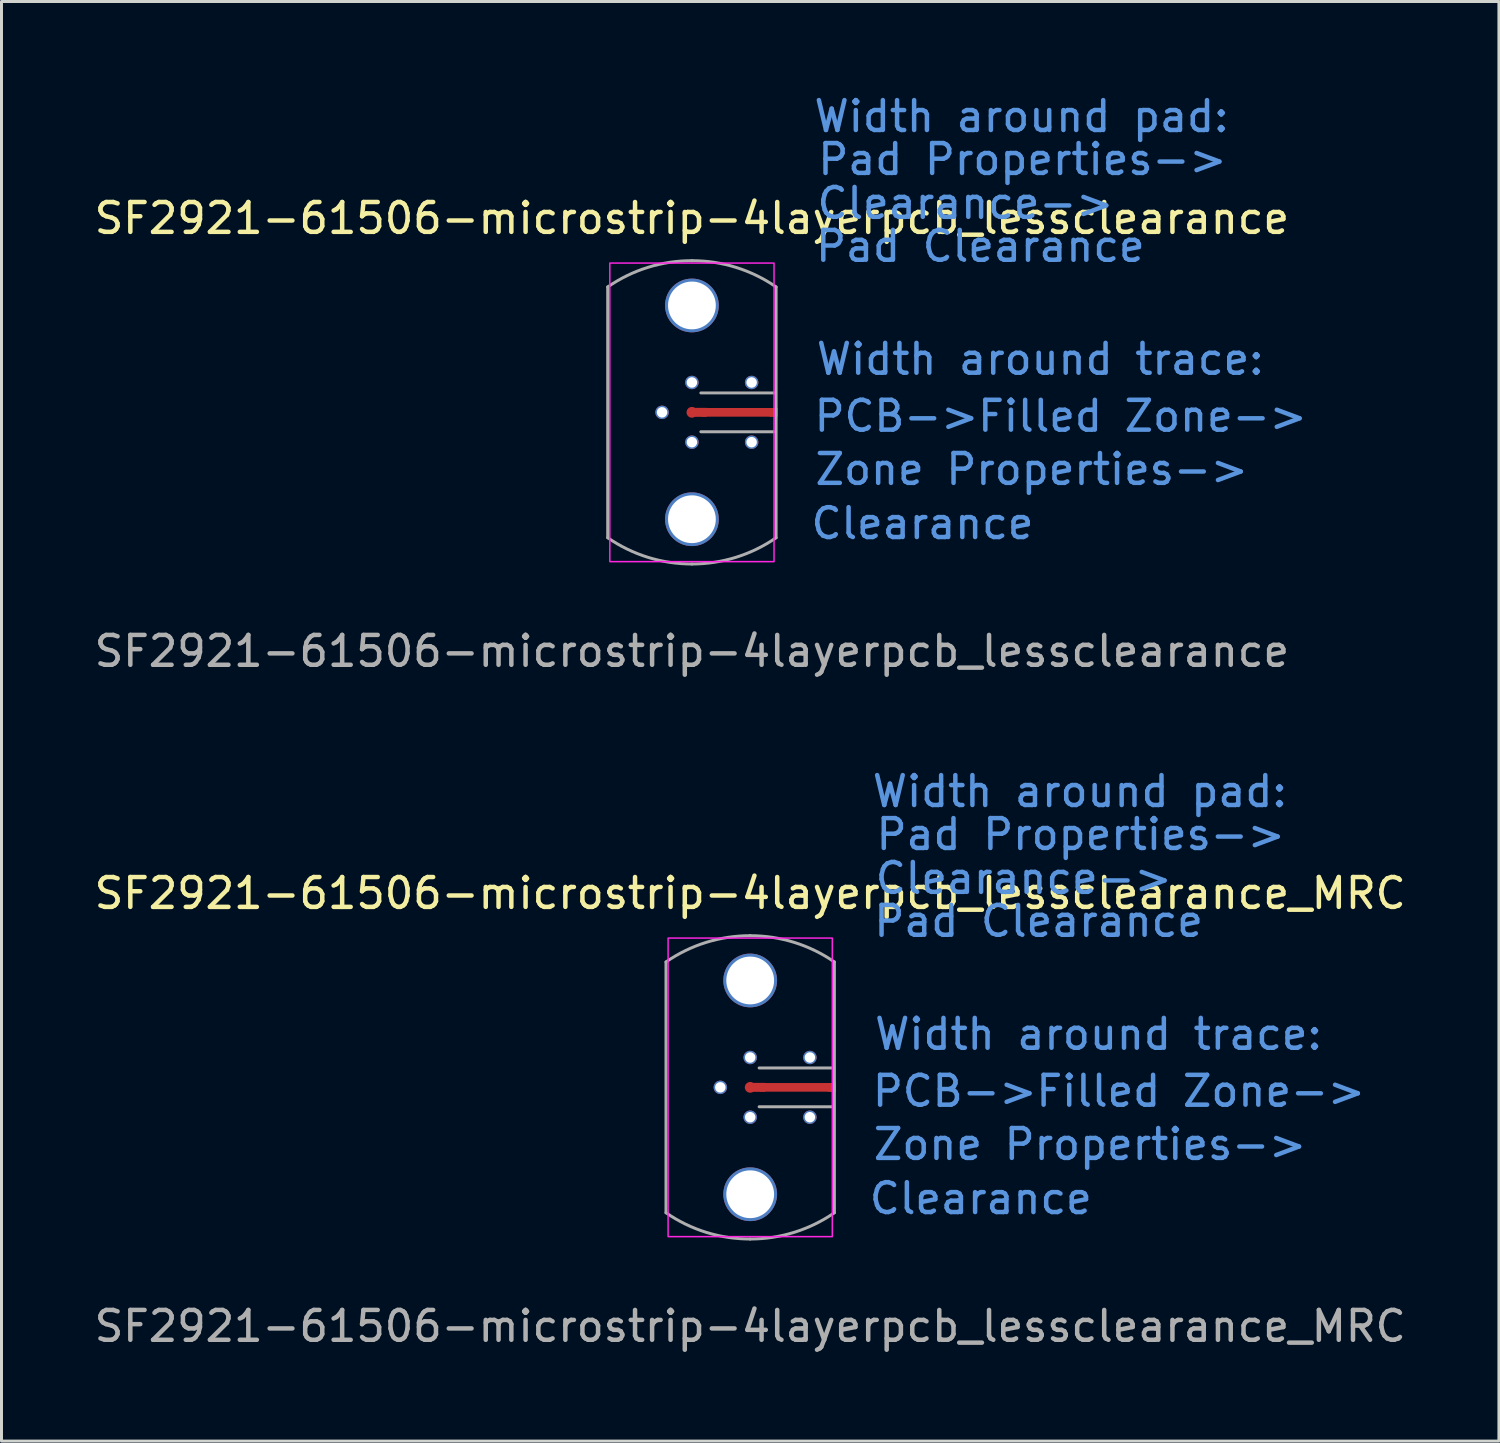
<source format=kicad_pcb>
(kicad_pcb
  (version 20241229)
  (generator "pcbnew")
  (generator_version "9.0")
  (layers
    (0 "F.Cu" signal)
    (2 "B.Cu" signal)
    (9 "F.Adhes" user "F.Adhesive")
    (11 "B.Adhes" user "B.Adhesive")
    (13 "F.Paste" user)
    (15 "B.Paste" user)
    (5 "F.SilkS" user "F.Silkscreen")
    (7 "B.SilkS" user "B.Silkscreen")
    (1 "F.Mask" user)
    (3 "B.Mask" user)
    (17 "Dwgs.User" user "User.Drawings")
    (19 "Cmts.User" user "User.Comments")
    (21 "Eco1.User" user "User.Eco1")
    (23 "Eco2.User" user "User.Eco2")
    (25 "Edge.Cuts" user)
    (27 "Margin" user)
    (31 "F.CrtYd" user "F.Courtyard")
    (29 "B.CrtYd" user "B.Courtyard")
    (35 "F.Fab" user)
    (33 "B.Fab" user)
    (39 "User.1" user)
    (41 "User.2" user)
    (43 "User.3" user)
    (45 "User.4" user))
  (footprint "SF2921-61506-microstrip-4layerpcb_lessclearance"
    (layer "F.Cu")
    (at 20.125 10.761)
    (property "Reference" "SF2921-61506-microstrip-4layerpcb_lessclearance" (at 0 -6.5 0) (unlocked yes) (layer "F.SilkS") (effects (font (size 1 1) (thickness 0.15))))
    (fp_poly (pts (xy -0.031 -0.031) (xy 2.846 -0.031) (xy 2.846 4.221) (xy 2.627 4.378) (xy 2.314 4.565) (xy 2.033 4.691) (xy 1.532 4.878) (xy 1.032 5.003) (xy 0.657 5.066) (xy 0.094 5.097) (xy -0.031 5.097)) (stroke (width 0.12) (type solid)) (fill yes) (layer "F.Mask"))
    (fp_poly (pts (xy -0.031 0.031) (xy 2.846 0.031) (xy 2.846 -4.221) (xy 2.627 -4.378) (xy 2.314 -4.565) (xy 2.033 -4.691) (xy 1.532 -4.878) (xy 1.032 -5.003) (xy 0.657 -5.066) (xy 0.094 -5.097) (xy -0.031 -5.097)) (stroke (width 0.12) (type solid)) (fill yes) (layer "F.Mask"))
    (fp_poly (pts (xy 0.031 -0.031) (xy -2.846 -0.031) (xy -2.846 4.221) (xy -2.627 4.378) (xy -2.314 4.565) (xy -2.033 4.691) (xy -1.532 4.878) (xy -1.032 5.003) (xy -0.657 5.066) (xy -0.094 5.097) (xy 0.031 5.097)) (stroke (width 0.12) (type solid)) (fill yes) (layer "F.Mask"))
    (fp_poly (pts (xy 0.031 0.031) (xy -2.846 0.031) (xy -2.846 -4.221) (xy -2.627 -4.378) (xy -2.314 -4.565) (xy -2.033 -4.691) (xy -1.532 -4.878) (xy -1.032 -5.003) (xy -0.657 -5.066) (xy -0.094 -5.097) (xy 0.031 -5.097)) (stroke (width 0.12) (type solid)) (fill yes) (layer "F.Mask"))
    (fp_poly (pts (xy -0.031 -0.031) (xy 2.846 -0.031) (xy 2.846 4.221) (xy 2.627 4.378) (xy 2.314 4.565) (xy 2.033 4.691) (xy 1.532 4.878) (xy 1.032 5.003) (xy 0.657 5.066) (xy 0.094 5.097) (xy -0.031 5.097)) (stroke (width 0.12) (type solid)) (fill yes) (layer "B.Mask"))
    (fp_poly (pts (xy -0.031 0.031) (xy 2.846 0.031) (xy 2.846 -4.221) (xy 2.627 -4.378) (xy 2.314 -4.565) (xy 2.033 -4.691) (xy 1.532 -4.878) (xy 1.032 -5.003) (xy 0.657 -5.066) (xy 0.094 -5.097) (xy -0.031 -5.097)) (stroke (width 0.12) (type solid)) (fill yes) (layer "B.Mask"))
    (fp_poly (pts (xy 0.031 -0.031) (xy -2.846 -0.031) (xy -2.846 4.221) (xy -2.627 4.378) (xy -2.314 4.565) (xy -2.033 4.691) (xy -1.532 4.878) (xy -1.032 5.003) (xy -0.657 5.066) (xy -0.094 5.097) (xy 0.031 5.097)) (stroke (width 0.12) (type solid)) (fill yes) (layer "B.Mask"))
    (fp_poly (pts (xy 0.031 0.031) (xy -2.846 0.031) (xy -2.846 -4.221) (xy -2.627 -4.378) (xy -2.314 -4.565) (xy -2.033 -4.691) (xy -1.532 -4.878) (xy -1.032 -5.003) (xy -0.657 -5.066) (xy -0.094 -5.097) (xy 0.031 -5.097)) (stroke (width 0.12) (type solid)) (fill yes) (layer "B.Mask"))
    (fp_rect (start -2.75 -5) (end 2.75 5) (stroke (width 0.05) (type solid)) (fill no) (layer "F.CrtYd"))
    (fp_line (start -2.82 4.2) (end -2.82 -4.2) (stroke (width 0.1) (type solid)) (layer "F.Fab"))
    (fp_line (start 2.8 -0.65) (end 0.3 -0.65) (stroke (width 0.1) (type solid)) (layer "F.Fab"))
    (fp_line (start 2.8 0.65) (end 0.3 0.65) (stroke (width 0.1) (type solid)) (layer "F.Fab"))
    (fp_line (start 2.82 4.2) (end 2.82 -4.2) (stroke (width 0.1) (type solid)) (layer "F.Fab"))
    (fp_arc (start -2.82 -4.2) (mid -1.477058 -4.85489) (end 0 -5.08) (stroke (width 0.1) (type solid)) (layer "F.Fab"))
    (fp_arc (start 0 -5.08) (mid 1.477058 -4.85489) (end 2.82 -4.2) (stroke (width 0.1) (type solid)) (layer "F.Fab"))
    (fp_arc (start 0 5.08) (mid -1.477058 4.85489) (end -2.82 4.2) (stroke (width 0.1) (type solid)) (layer "F.Fab"))
    (fp_arc (start 2.82 4.2) (mid 1.477058 4.85489) (end 0 5.08) (stroke (width 0.1) (type solid)) (layer "F.Fab"))
    (fp_text user "Pad Clearance" (at 9.662 -5.566 0) (unlocked yes) (layer "Cmts.User") (effects (font (size 1 1) (thickness 0.15))))
    (fp_text user "Clearance->" (at 9.162 -7.004 0) (unlocked yes) (layer "Cmts.User") (effects (font (size 1 1) (thickness 0.15))))
    (fp_text user "Clearance" (at 7.724 3.721 0) (unlocked yes) (layer "Cmts.User") (effects (font (size 1 1) (thickness 0.15))))
    (fp_text user "Pad Properties->" (at 11.07 -8.474 0) (unlocked yes) (layer "Cmts.User") (effects (font (size 1 1) (thickness 0.15))))
    (fp_text user "PCB->Filled Zone->" (at 12.352 0.125 0) (unlocked yes) (layer "Cmts.User") (effects (font (size 1 1) (thickness 0.15))))
    (fp_text user "Width around trace:" (at 11.664 -1.782 0) (unlocked yes) (layer "Cmts.User") (effects (font (size 1 1) (thickness 0.15))))
    (fp_text user "Zone Properties->" (at 11.382 1.907 0) (unlocked yes) (layer "Cmts.User") (effects (font (size 1 1) (thickness 0.15))))
    (fp_text user "Width around pad:" (at 11.038 -9.913 0) (unlocked yes) (layer "Cmts.User") (effects (font (size 1 1) (thickness 0.15))))
    (fp_text user "${REFERENCE}" (at 0 8 0) (unlocked yes) (layer "F.Fab") (effects (font (size 1 1) (thickness 0.15))))
    (pad "1" smd circle (at 0 0) (size 0.36 0.36) (layers "F.Cu" "F.Mask"))
    (pad "1" smd rect (at 0.3 0) (size 0.4 0.3) (layers "F.Cu" "F.Mask"))
    (pad "1" smd rect (at 1.6 0) (size 2.55 0.29) (layers "F.Cu" "F.Mask"))
    (pad "1" smd rect (at 2.7 0) (size 0.2 0.29) (layers "F.Cu" "F.Mask"))
    (pad "2" thru_hole circle (at -1 0) (size 0.45 0.45) (drill 0.35) (layers "*.Cu" "*.Mask") (remove_unused_layers yes) (keep_end_layers yes) (zone_layer_connections))
    (pad "2" thru_hole circle (at 0 -3.58) (size 1.8 1.8) (drill 1.6) (layers "*.Cu" "*.Mask") (remove_unused_layers yes) (keep_end_layers yes) (zone_layer_connections))
    (pad "2" thru_hole circle (at 0 -1) (size 0.45 0.45) (drill 0.35) (layers "*.Cu" "*.Mask") (remove_unused_layers yes) (keep_end_layers yes) (zone_layer_connections))
    (pad "2" thru_hole circle (at 0 1) (size 0.45 0.45) (drill 0.35) (layers "*.Cu" "*.Mask") (remove_unused_layers yes) (keep_end_layers yes) (zone_layer_connections))
    (pad "2" thru_hole circle (at 0 3.58) (size 1.8 1.8) (drill 1.6) (layers "*.Cu" "*.Mask") (remove_unused_layers yes) (keep_end_layers yes) (zone_layer_connections))
    (pad "2" thru_hole circle (at 2 -1) (size 0.45 0.45) (drill 0.35) (layers "*.Cu" "*.Mask") (remove_unused_layers yes) (keep_end_layers yes) (zone_layer_connections))
    (pad "2" thru_hole circle (at 2 1) (size 0.45 0.45) (drill 0.35) (layers "*.Cu" "*.Mask") (remove_unused_layers yes) (keep_end_layers yes) (zone_layer_connections)))
  (footprint "SF2921-61506-microstrip-4layerpcb_lessclearance_MRC"
    (layer "F.Cu")
    (at 22.077 33.37)
    (property "Reference" "SF2921-61506-microstrip-4layerpcb_lessclearance_MRC" (at 0 -6.5 0) (unlocked yes) (layer "F.SilkS") (effects (font (size 1 1) (thickness 0.15))))
    (fp_poly (pts (xy -0.031 -0.031) (xy 2.846 -0.031) (xy 2.846 4.221) (xy 2.627 4.378) (xy 2.314 4.565) (xy 2.033 4.691) (xy 1.532 4.878) (xy 1.032 5.003) (xy 0.657 5.066) (xy 0.094 5.097) (xy -0.031 5.097)) (stroke (width 0.12) (type solid)) (fill yes) (layer "F.Mask"))
    (fp_poly (pts (xy -0.031 0.031) (xy 2.846 0.031) (xy 2.846 -4.221) (xy 2.627 -4.378) (xy 2.314 -4.565) (xy 2.033 -4.691) (xy 1.532 -4.878) (xy 1.032 -5.003) (xy 0.657 -5.066) (xy 0.094 -5.097) (xy -0.031 -5.097)) (stroke (width 0.12) (type solid)) (fill yes) (layer "F.Mask"))
    (fp_poly (pts (xy 0.031 -0.031) (xy -2.846 -0.031) (xy -2.846 4.221) (xy -2.627 4.378) (xy -2.314 4.565) (xy -2.033 4.691) (xy -1.532 4.878) (xy -1.032 5.003) (xy -0.657 5.066) (xy -0.094 5.097) (xy 0.031 5.097)) (stroke (width 0.12) (type solid)) (fill yes) (layer "F.Mask"))
    (fp_poly (pts (xy 0.031 0.031) (xy -2.846 0.031) (xy -2.846 -4.221) (xy -2.627 -4.378) (xy -2.314 -4.565) (xy -2.033 -4.691) (xy -1.532 -4.878) (xy -1.032 -5.003) (xy -0.657 -5.066) (xy -0.094 -5.097) (xy 0.031 -5.097)) (stroke (width 0.12) (type solid)) (fill yes) (layer "F.Mask"))
    (fp_poly (pts (xy -0.031 -0.031) (xy 2.846 -0.031) (xy 2.846 4.221) (xy 2.627 4.378) (xy 2.314 4.565) (xy 2.033 4.691) (xy 1.532 4.878) (xy 1.032 5.003) (xy 0.657 5.066) (xy 0.094 5.097) (xy -0.031 5.097)) (stroke (width 0.12) (type solid)) (fill yes) (layer "B.Mask"))
    (fp_poly (pts (xy -0.031 0.031) (xy 2.846 0.031) (xy 2.846 -4.221) (xy 2.627 -4.378) (xy 2.314 -4.565) (xy 2.033 -4.691) (xy 1.532 -4.878) (xy 1.032 -5.003) (xy 0.657 -5.066) (xy 0.094 -5.097) (xy -0.031 -5.097)) (stroke (width 0.12) (type solid)) (fill yes) (layer "B.Mask"))
    (fp_poly (pts (xy 0.031 -0.031) (xy -2.846 -0.031) (xy -2.846 4.221) (xy -2.627 4.378) (xy -2.314 4.565) (xy -2.033 4.691) (xy -1.532 4.878) (xy -1.032 5.003) (xy -0.657 5.066) (xy -0.094 5.097) (xy 0.031 5.097)) (stroke (width 0.12) (type solid)) (fill yes) (layer "B.Mask"))
    (fp_poly (pts (xy 0.031 0.031) (xy -2.846 0.031) (xy -2.846 -4.221) (xy -2.627 -4.378) (xy -2.314 -4.565) (xy -2.033 -4.691) (xy -1.532 -4.878) (xy -1.032 -5.003) (xy -0.657 -5.066) (xy -0.094 -5.097) (xy 0.031 -5.097)) (stroke (width 0.12) (type solid)) (fill yes) (layer "B.Mask"))
    (fp_rect (start -2.75 -5) (end 2.75 5) (stroke (width 0.05) (type solid)) (fill no) (layer "F.CrtYd"))
    (fp_line (start -2.82 4.2) (end -2.82 -4.2) (stroke (width 0.1) (type solid)) (layer "F.Fab"))
    (fp_line (start 2.8 -0.65) (end 0.3 -0.65) (stroke (width 0.1) (type solid)) (layer "F.Fab"))
    (fp_line (start 2.8 0.65) (end 0.3 0.65) (stroke (width 0.1) (type solid)) (layer "F.Fab"))
    (fp_line (start 2.82 4.2) (end 2.82 -4.2) (stroke (width 0.1) (type solid)) (layer "F.Fab"))
    (fp_arc (start -2.82 -4.2) (mid -1.477058 -4.85489) (end 0 -5.08) (stroke (width 0.1) (type solid)) (layer "F.Fab"))
    (fp_arc (start 0 -5.08) (mid 1.477058 -4.85489) (end 2.82 -4.2) (stroke (width 0.1) (type solid)) (layer "F.Fab"))
    (fp_arc (start 0 5.08) (mid -1.477058 4.85489) (end -2.82 4.2) (stroke (width 0.1) (type solid)) (layer "F.Fab"))
    (fp_arc (start 2.82 4.2) (mid 1.477058 4.85489) (end 0 5.08) (stroke (width 0.1) (type solid)) (layer "F.Fab"))
    (fp_text user "Width around pad:" (at 11.038 -9.913 0) (unlocked yes) (layer "Cmts.User") (effects (font (size 1 1) (thickness 0.15))))
    (fp_text user "Width around trace:" (at 11.664 -1.782 0) (unlocked yes) (layer "Cmts.User") (effects (font (size 1 1) (thickness 0.15))))
    (fp_text user "Clearance->" (at 9.162 -7.004 0) (unlocked yes) (layer "Cmts.User") (effects (font (size 1 1) (thickness 0.15))))
    (fp_text user "Zone Properties->" (at 11.382 1.907 0) (unlocked yes) (layer "Cmts.User") (effects (font (size 1 1) (thickness 0.15))))
    (fp_text user "PCB->Filled Zone->" (at 12.352 0.125 0) (unlocked yes) (layer "Cmts.User") (effects (font (size 1 1) (thickness 0.15))))
    (fp_text user "Pad Clearance" (at 9.662 -5.566 0) (unlocked yes) (layer "Cmts.User") (effects (font (size 1 1) (thickness 0.15))))
    (fp_text user "Clearance" (at 7.724 3.721 0) (unlocked yes) (layer "Cmts.User") (effects (font (size 1 1) (thickness 0.15))))
    (fp_text user "Pad Properties->" (at 11.07 -8.474 0) (unlocked yes) (layer "Cmts.User") (effects (font (size 1 1) (thickness 0.15))))
    (fp_text user "${REFERENCE}" (at 0 8 0) (unlocked yes) (layer "F.Fab") (effects (font (size 1 1) (thickness 0.15))))
    (pad "1" smd circle (at 0 0) (size 0.36 0.36) (layers "F.Cu" "F.Mask"))
    (pad "1" smd rect (at 0.3 0) (size 0.4 0.3) (layers "F.Cu" "F.Mask"))
    (pad "1" smd rect (at 1.6 0) (size 2.55 0.29) (layers "F.Cu" "F.Mask"))
    (pad "1" smd rect (at 2.7 0) (size 0.2 0.29) (layers "F.Cu" "F.Mask"))
    (pad "2" thru_hole circle (at -1 0) (size 0.45 0.45) (drill 0.35) (layers "*.Cu" "*.Mask") (remove_unused_layers yes) (keep_end_layers yes) (zone_layer_connections))
    (pad "2" thru_hole circle (at 0 -3.58) (size 1.8 1.8) (drill 1.6) (layers "*.Cu" "*.Mask") (remove_unused_layers yes) (keep_end_layers yes) (zone_layer_connections))
    (pad "2" thru_hole circle (at 0 -1) (size 0.45 0.45) (drill 0.35) (layers "*.Cu" "*.Mask") (remove_unused_layers yes) (keep_end_layers yes) (zone_layer_connections))
    (pad "2" thru_hole circle (at 0 1) (size 0.45 0.45) (drill 0.35) (layers "*.Cu" "*.Mask") (remove_unused_layers yes) (keep_end_layers yes) (zone_layer_connections))
    (pad "2" thru_hole circle (at 0 3.58) (size 1.8 1.8) (drill 1.6) (layers "*.Cu" "*.Mask") (remove_unused_layers yes) (keep_end_layers yes) (zone_layer_connections))
    (pad "2" thru_hole circle (at 2 -1) (size 0.45 0.45) (drill 0.35) (layers "*.Cu" "*.Mask") (remove_unused_layers yes) (keep_end_layers yes) (zone_layer_connections))
    (pad "2" thru_hole circle (at 2 1) (size 0.45 0.45) (drill 0.35) (layers "*.Cu" "*.Mask") (remove_unused_layers yes) (keep_end_layers yes) (zone_layer_connections)))
  (gr_rect
    (start -3 -3)
    (end 47.155 45.218)
    (stroke (width 0.1) (type default))
    (fill no)
    (layer "Edge.Cuts")))
</source>
